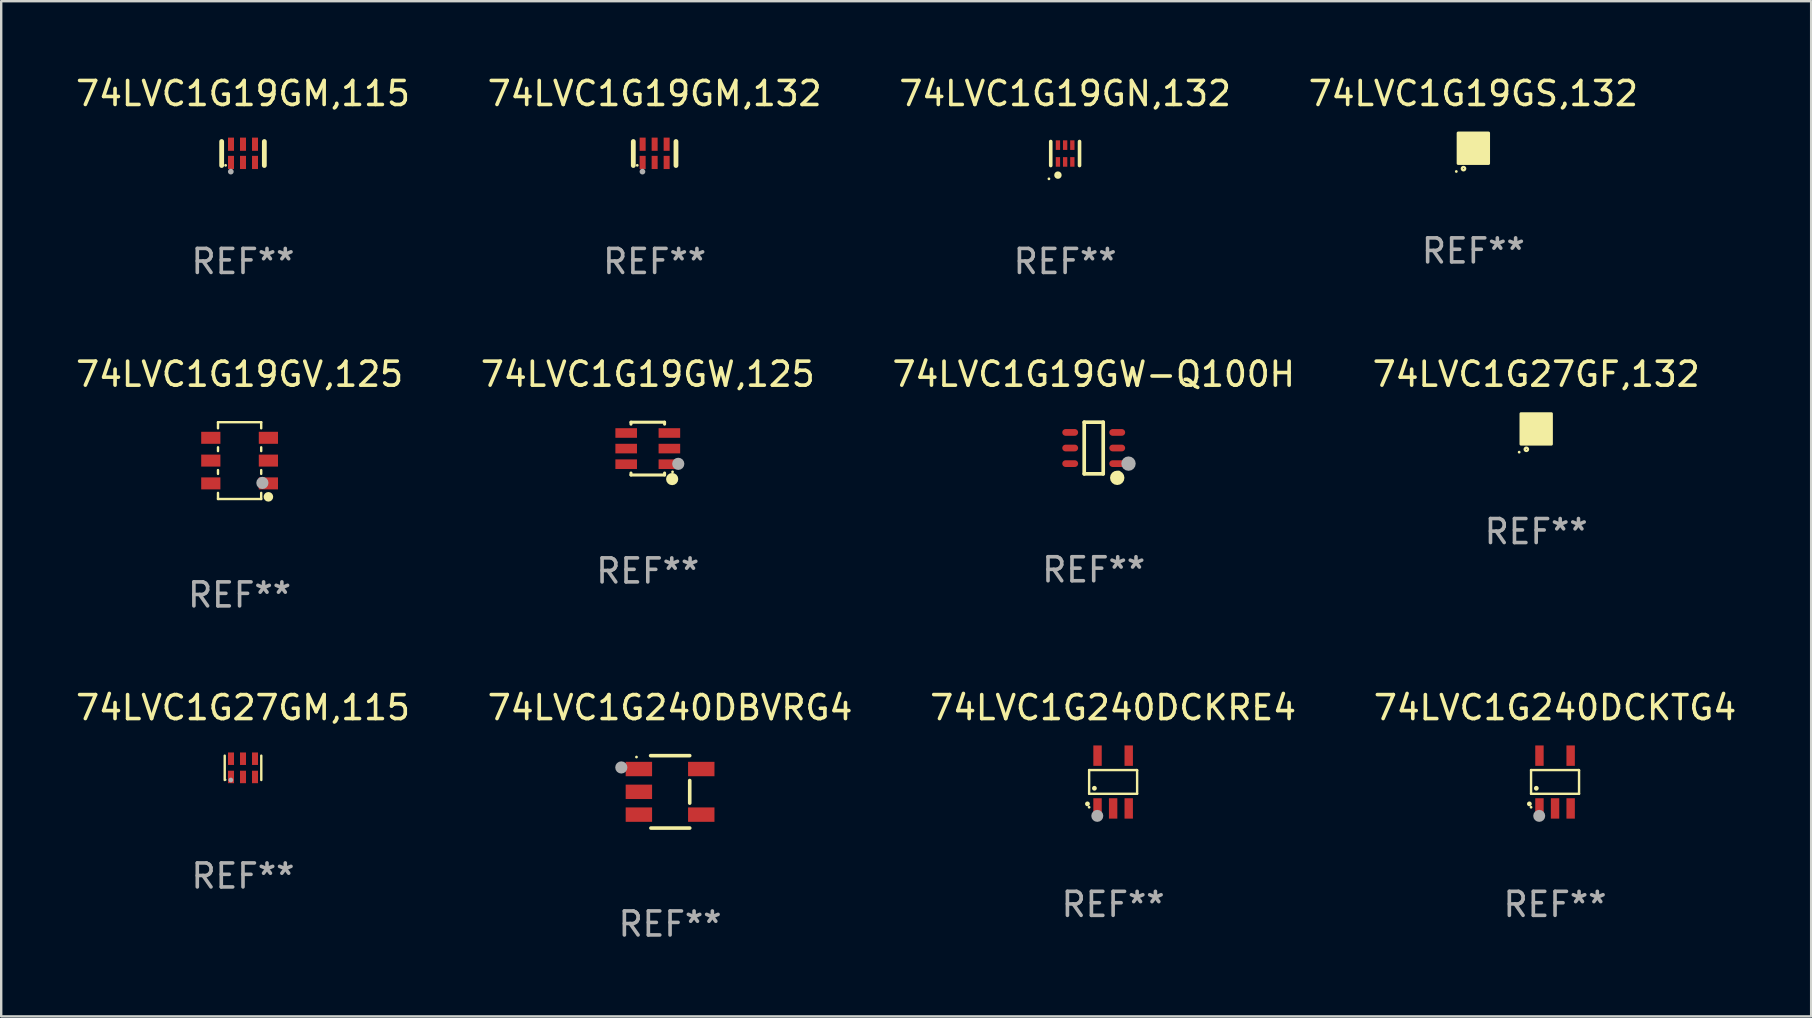
<source format=kicad_pcb>
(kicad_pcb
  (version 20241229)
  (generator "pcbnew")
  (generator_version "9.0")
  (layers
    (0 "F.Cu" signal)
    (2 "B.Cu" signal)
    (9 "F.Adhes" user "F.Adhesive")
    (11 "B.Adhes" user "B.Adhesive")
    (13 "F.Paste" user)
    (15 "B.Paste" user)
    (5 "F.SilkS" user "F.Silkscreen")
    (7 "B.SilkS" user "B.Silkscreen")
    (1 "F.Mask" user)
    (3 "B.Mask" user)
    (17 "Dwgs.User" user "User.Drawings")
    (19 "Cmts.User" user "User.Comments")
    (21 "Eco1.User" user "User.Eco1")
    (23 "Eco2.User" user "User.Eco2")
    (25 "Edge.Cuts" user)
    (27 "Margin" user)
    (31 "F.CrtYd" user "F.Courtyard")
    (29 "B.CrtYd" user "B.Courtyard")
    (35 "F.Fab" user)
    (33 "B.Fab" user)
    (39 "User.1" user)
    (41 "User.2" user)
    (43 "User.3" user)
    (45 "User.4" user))
  (footprint "74LVC1G240DCKRE4"
    (layer "F.Cu")
    (at 43.339 29.541)
    (property "Reference" "74LVC1G240DCKRE4" (at 0 -3.1 0) (layer "F.SilkS") (effects (font (size 1 1) (thickness 0.15))))
    (attr through_hole)
    (fp_line (start -1 -0.5) (end -1 0.49) (stroke (width 0.1) (type solid)) (layer "F.SilkS"))
    (fp_line (start -1 0.49) (end 1 0.49) (stroke (width 0.1) (type solid)) (layer "F.SilkS"))
    (fp_line (start 0.99 -0.5) (end -1 -0.5) (stroke (width 0.1) (type solid)) (layer "F.SilkS"))
    (fp_line (start 1 -0.49) (end 0.99 -0.5) (stroke (width 0.1) (type solid)) (layer "F.SilkS"))
    (fp_line (start 1 0.49) (end 1 -0.49) (stroke (width 0.1) (type solid)) (layer "F.SilkS"))
    (fp_circle (center -1.07 0.91) (end -1.02 0.91) (stroke (width 0.1) (type solid)) (fill no) (layer "F.SilkS"))
    (fp_circle (center -1 1.05) (end -0.97 1.05) (stroke (width 0.06) (type solid)) (fill no) (layer "F.SilkS"))
    (fp_circle (center -0.78 0.26) (end -0.73 0.26) (stroke (width 0.1) (type solid)) (fill no) (layer "F.SilkS"))
    (fp_circle (center -0.66 1.41) (end -0.535 1.41) (stroke (width 0.25) (type solid)) (fill no) (layer "F.Fab"))
    (fp_text user "REF**" (at 0 5.1 0) (layer "F.Fab") (effects (font (size 1 1) (thickness 0.15))))
    (pad "1" smd rect (at -0.65 1.1) (size 0.35 0.85) (layers "F.Cu" "F.Mask" "F.Paste"))
    (pad "2" smd rect (at 0.000051 1.1) (size 0.35 0.85) (layers "F.Cu" "F.Mask" "F.Paste"))
    (pad "3" smd rect (at 0.65 1.1) (size 0.35 0.85) (layers "F.Cu" "F.Mask" "F.Paste"))
    (pad "4" smd rect (at 0.65 -1.1) (size 0.35 0.85) (layers "F.Cu" "F.Mask" "F.Paste"))
    (pad "5" smd rect (at -0.65 -1.1) (size 0.35 0.85) (layers "F.Cu" "F.Mask" "F.Paste")))
  (footprint "74LVC1G27GF,132"
    (layer "F.Cu")
    (at 60.97 14.825)
    (property "Reference" "74LVC1G27GF,132" (at 0 -2.28 0) (layer "F.SilkS") (effects (font (size 1 1) (thickness 0.15))))
    (attr through_hole)
    (fp_circle (center -0.71 0.968) (end -0.68 0.968) (stroke (width 0.06) (type solid)) (fill no) (layer "F.SilkS"))
    (fp_circle (center -0.41 0.85) (end -0.342 0.85) (stroke (width 0.1) (type solid)) (fill no) (layer "F.SilkS"))
    (fp_poly (pts (xy -0.635 -0.635) (xy 0.635 -0.635) (xy 0.635 0.635) (xy -0.635 0.635)) (stroke (width 0.12) (type solid)) (fill yes) (layer "F.SilkS"))
    (fp_text user "REF**" (at 0 4.28 0) (layer "F.Fab") (effects (font (size 1 1) (thickness 0.15))))
    (pad "1" smd rect (at -0.35 0.28 90) (size 0.35 0.2) (layers "F.Cu" "F.Mask" "F.Paste"))
    (pad "2" smd rect (at 0 0.28 90) (size 0.35 0.2) (layers "F.Cu" "F.Mask" "F.Paste"))
    (pad "3" smd rect (at 0.35 0.28 90) (size 0.35 0.2) (layers "F.Cu" "F.Mask" "F.Paste"))
    (pad "4" smd rect (at 0.35 -0.28 90) (size 0.35 0.2) (layers "F.Cu" "F.Mask" "F.Paste"))
    (pad "5" smd rect (at 0 -0.28 90) (size 0.35 0.2) (layers "F.Cu" "F.Mask" "F.Paste"))
    (pad "6" smd rect (at -0.35 -0.28 90) (size 0.35 0.2) (layers "F.Cu" "F.Mask" "F.Paste")))
  (footprint "74LVC1G19GN,132"
    (layer "F.Cu")
    (at 41.339 3.348)
    (property "Reference" "74LVC1G19GN,132" (at 0 -2.5 0) (layer "F.SilkS") (effects (font (size 1 1) (thickness 0.15))))
    (attr through_hole)
    (fp_line (start -0.6 -0.5) (end -0.6 0.5) (stroke (width 0.15) (type solid)) (layer "F.SilkS"))
    (fp_line (start 0.6 0.5) (end 0.6 -0.5) (stroke (width 0.15) (type solid)) (layer "F.SilkS"))
    (fp_circle (center -0.675 1.055) (end -0.645 1.055) (stroke (width 0.06) (type solid)) (fill no) (layer "F.SilkS"))
    (fp_circle (center -0.3 0.9) (end -0.22 0.9) (stroke (width 0.15) (type solid)) (fill no) (layer "F.SilkS"))
    (fp_text user "REF**" (at 0 4.5 0) (layer "F.Fab") (effects (font (size 1 1) (thickness 0.15))))
    (pad "1" smd rect (at -0.3 0.35) (size 0.18 0.4) (layers "F.Cu" "F.Mask" "F.Paste"))
    (pad "2" smd rect (at 0.000025 0.35) (size 0.18 0.4) (layers "F.Cu" "F.Mask" "F.Paste"))
    (pad "3" smd rect (at 0.3 0.35) (size 0.18 0.4) (layers "F.Cu" "F.Mask" "F.Paste"))
    (pad "4" smd rect (at 0.3 -0.35) (size 0.18 0.4) (layers "F.Cu" "F.Mask" "F.Paste"))
    (pad "5" smd rect (at 0.000025 -0.35) (size 0.18 0.4) (layers "F.Cu" "F.Mask" "F.Paste"))
    (pad "6" smd rect (at -0.3 -0.35) (size 0.18 0.4) (layers "F.Cu" "F.Mask" "F.Paste")))
  (footprint "74LVC1G240DBVRG4"
    (layer "F.Cu")
    (at 24.875 29.95)
    (property "Reference" "74LVC1G240DBVRG4" (at 0 -3.509 0) (layer "F.SilkS") (effects (font (size 1 1) (thickness 0.15))))
    (attr through_hole)
    (fp_line (start -0.811 -1.509) (end 0.819 -1.509) (stroke (width 0.15) (type solid)) (layer "F.SilkS"))
    (fp_line (start -0.8 1.509) (end 0.82 1.509) (stroke (width 0.15) (type solid)) (layer "F.SilkS"))
    (fp_line (start 0.819 -0.472) (end 0.819 0.47) (stroke (width 0.15) (type solid)) (layer "F.SilkS"))
    (fp_circle (center -1.4 -1.451) (end -1.37 -1.451) (stroke (width 0.06) (type solid)) (fill no) (layer "F.SilkS"))
    (fp_circle (center -2.032 -1.017) (end -1.905 -1.017) (stroke (width 0.254) (type solid)) (fill no) (layer "F.Fab"))
    (fp_text user "REF**" (at 0 5.509 0) (layer "F.Fab") (effects (font (size 1 1) (thickness 0.15))))
    (pad "1" smd rect (at -1.3 -0.951) (size 1.1 0.6) (layers "F.Cu" "F.Mask" "F.Paste"))
    (pad "2" smd rect (at -1.3 -0.001) (size 1.1 0.6) (layers "F.Cu" "F.Mask" "F.Paste"))
    (pad "3" smd rect (at -1.3 0.949) (size 1.1 0.6) (layers "F.Cu" "F.Mask" "F.Paste"))
    (pad "4" smd rect (at 1.3 0.949) (size 1.1 0.6) (layers "F.Cu" "F.Mask" "F.Paste"))
    (pad "5" smd rect (at 1.3 -0.951) (size 1.1 0.6) (layers "F.Cu" "F.Mask" "F.Paste")))
  (footprint "74LVC1G19GS,132"
    (layer "F.Cu")
    (at 58.351 3.128)
    (property "Reference" "74LVC1G19GS,132" (at 0 -2.28 0) (layer "F.SilkS") (effects (font (size 1 1) (thickness 0.15))))
    (attr through_hole)
    (fp_circle (center -0.71 0.968) (end -0.68 0.968) (stroke (width 0.06) (type solid)) (fill no) (layer "F.SilkS"))
    (fp_circle (center -0.41 0.85) (end -0.342 0.85) (stroke (width 0.1) (type solid)) (fill no) (layer "F.SilkS"))
    (fp_poly (pts (xy -0.635 -0.635) (xy 0.635 -0.635) (xy 0.635 0.635) (xy -0.635 0.635)) (stroke (width 0.12) (type solid)) (fill yes) (layer "F.SilkS"))
    (fp_text user "REF**" (at 0 4.28 0) (layer "F.Fab") (effects (font (size 1 1) (thickness 0.15))))
    (pad "1" smd rect (at -0.35 0.28 90) (size 0.35 0.2) (layers "F.Cu" "F.Mask" "F.Paste"))
    (pad "2" smd rect (at 0 0.28 90) (size 0.35 0.2) (layers "F.Cu" "F.Mask" "F.Paste"))
    (pad "3" smd rect (at 0.35 0.28 90) (size 0.35 0.2) (layers "F.Cu" "F.Mask" "F.Paste"))
    (pad "4" smd rect (at 0.35 -0.28 90) (size 0.35 0.2) (layers "F.Cu" "F.Mask" "F.Paste"))
    (pad "5" smd rect (at 0 -0.28 90) (size 0.35 0.2) (layers "F.Cu" "F.Mask" "F.Paste"))
    (pad "6" smd rect (at -0.35 -0.28 90) (size 0.35 0.2) (layers "F.Cu" "F.Mask" "F.Paste")))
  (footprint "74LVC1G19GW,125"
    (layer "F.Cu")
    (at 23.946 15.645)
    (property "Reference" "74LVC1G19GW,125" (at 0 -3.1 0) (layer "F.SilkS") (effects (font (size 1 1) (thickness 0.15))))
    (attr through_hole)
    (fp_line (start -0.7 -1.018) (end -0.7 -1.1) (stroke (width 0.127) (type solid)) (layer "F.SilkS"))
    (fp_line (start -0.7 1.1) (end -0.7 1.018) (stroke (width 0.127) (type solid)) (layer "F.SilkS"))
    (fp_line (start 0.7 -1.1) (end -0.7 -1.1) (stroke (width 0.127) (type solid)) (layer "F.SilkS"))
    (fp_line (start 0.7 -1.018) (end 0.7 -1.1) (stroke (width 0.127) (type solid)) (layer "F.SilkS"))
    (fp_line (start 0.7 1.1) (end -0.7 1.1) (stroke (width 0.127) (type solid)) (layer "F.SilkS"))
    (fp_line (start 0.7 1.1) (end 0.7 1.018) (stroke (width 0.127) (type solid)) (layer "F.SilkS"))
    (fp_circle (center 1.016 1.27) (end 1.143 1.27) (stroke (width 0.254) (type solid)) (fill no) (layer "F.SilkS"))
    (fp_circle (center 1.032 0.97) (end 1.062 0.97) (stroke (width 0.06) (type solid)) (fill no) (layer "F.SilkS"))
    (fp_circle (center 1.27 0.635) (end 1.397 0.635) (stroke (width 0.254) (type solid)) (fill no) (layer "F.Fab"))
    (fp_text user "REF**" (at 0 5.1 0) (layer "F.Fab") (effects (font (size 1 1) (thickness 0.15))))
    (pad "1" smd rect (at 0.9 0.65 90) (size 0.4 0.9) (layers "F.Cu" "F.Mask" "F.Paste"))
    (pad "2" smd rect (at 0.9 -0.000102 90) (size 0.4 0.9) (layers "F.Cu" "F.Mask" "F.Paste"))
    (pad "3" smd rect (at 0.9 -0.65 90) (size 0.4 0.9) (layers "F.Cu" "F.Mask" "F.Paste"))
    (pad "4" smd rect (at -0.9 -0.65 90) (size 0.4 0.9) (layers "F.Cu" "F.Mask" "F.Paste"))
    (pad "5" smd rect (at -0.9 -0.000102 90) (size 0.4 0.9) (layers "F.Cu" "F.Mask" "F.Paste"))
    (pad "6" smd rect (at -0.9 0.65 90) (size 0.4 0.9) (layers "F.Cu" "F.Mask" "F.Paste")))
  (footprint "74LVC1G19GM,132"
    (layer "F.Cu")
    (at 24.232 3.348)
    (property "Reference" "74LVC1G19GM,132" (at 0 -2.5 0) (layer "F.SilkS") (effects (font (size 1 1) (thickness 0.15))))
    (attr through_hole)
    (fp_line (start -0.889 0.5) (end -0.889 -0.5) (stroke (width 0.2) (type solid)) (layer "F.SilkS"))
    (fp_line (start 0.889 0.5) (end 0.889 -0.5) (stroke (width 0.2) (type solid)) (layer "F.SilkS"))
    (fp_circle (center -0.725 0.492) (end -0.695 0.492) (stroke (width 0.06) (type solid)) (fill no) (layer "F.SilkS"))
    (fp_circle (center -0.508 0.754) (end -0.448 0.754) (stroke (width 0.12) (type solid)) (fill no) (layer "F.Fab"))
    (fp_text user "REF**" (at 0 4.5 0) (layer "F.Fab") (effects (font (size 1 1) (thickness 0.15))))
    (pad "1" smd rect (at -0.5 0.372) (size 0.25 0.55) (layers "F.Cu" "F.Mask" "F.Paste"))
    (pad "2" smd rect (at -0.000127 0.372) (size 0.25 0.55) (layers "F.Cu" "F.Mask" "F.Paste"))
    (pad "3" smd rect (at 0.5 0.372) (size 0.25 0.55) (layers "F.Cu" "F.Mask" "F.Paste"))
    (pad "4" smd rect (at 0.5 -0.388 180) (size 0.25 0.55) (layers "F.Cu" "F.Mask" "F.Paste"))
    (pad "5" smd rect (at -0.000127 -0.388 180) (size 0.25 0.55) (layers "F.Cu" "F.Mask" "F.Paste"))
    (pad "6" smd rect (at -0.5 -0.388 180) (size 0.25 0.55) (layers "F.Cu" "F.Mask" "F.Paste")))
  (footprint "74LVC1G19GM,115"
    (layer "F.Cu")
    (at 7.077 3.348)
    (property "Reference" "74LVC1G19GM,115" (at 0 -2.5 0) (layer "F.SilkS") (effects (font (size 1 1) (thickness 0.15))))
    (attr through_hole)
    (fp_line (start -0.889 0.5) (end -0.889 -0.5) (stroke (width 0.2) (type solid)) (layer "F.SilkS"))
    (fp_line (start 0.889 0.5) (end 0.889 -0.5) (stroke (width 0.2) (type solid)) (layer "F.SilkS"))
    (fp_circle (center -0.725 0.492) (end -0.695 0.492) (stroke (width 0.06) (type solid)) (fill no) (layer "F.SilkS"))
    (fp_circle (center -0.508 0.754) (end -0.448 0.754) (stroke (width 0.12) (type solid)) (fill no) (layer "F.Fab"))
    (fp_text user "REF**" (at 0 4.5 0) (layer "F.Fab") (effects (font (size 1 1) (thickness 0.15))))
    (pad "1" smd rect (at -0.5 0.372) (size 0.25 0.55) (layers "F.Cu" "F.Mask" "F.Paste"))
    (pad "2" smd rect (at -0.000127 0.372) (size 0.25 0.55) (layers "F.Cu" "F.Mask" "F.Paste"))
    (pad "3" smd rect (at 0.5 0.372) (size 0.25 0.55) (layers "F.Cu" "F.Mask" "F.Paste"))
    (pad "4" smd rect (at 0.5 -0.388 180) (size 0.25 0.55) (layers "F.Cu" "F.Mask" "F.Paste"))
    (pad "5" smd rect (at -0.000127 -0.388 180) (size 0.25 0.55) (layers "F.Cu" "F.Mask" "F.Paste"))
    (pad "6" smd rect (at -0.5 -0.388 180) (size 0.25 0.55) (layers "F.Cu" "F.Mask" "F.Paste")))
  (footprint "74LVC1G19GW-Q100H"
    (layer "F.Cu")
    (at 42.53 15.621)
    (property "Reference" "74LVC1G19GW-Q100H" (at 0 -3.076 0) (layer "F.SilkS") (effects (font (size 1 1) (thickness 0.15))))
    (attr through_hole)
    (fp_line (start -0.396 -1.076) (end 0.396 -1.076) (stroke (width 0.152) (type solid)) (layer "F.SilkS"))
    (fp_line (start -0.396 1.076) (end -0.396 -1.076) (stroke (width 0.152) (type solid)) (layer "F.SilkS"))
    (fp_line (start 0.396 -1.076) (end 0.396 1.076) (stroke (width 0.152) (type solid)) (layer "F.SilkS"))
    (fp_line (start 0.396 1.076) (end -0.396 1.076) (stroke (width 0.152) (type solid)) (layer "F.SilkS"))
    (fp_circle (center 0.98 1.242) (end 1.13 1.242) (stroke (width 0.3) (type solid)) (fill no) (layer "F.SilkS"))
    (fp_circle (center 1.05 1) (end 1.08 1) (stroke (width 0.06) (type solid)) (fill no) (layer "F.SilkS"))
    (fp_circle (center 1.45 0.65) (end 1.6 0.65) (stroke (width 0.3) (type solid)) (fill no) (layer "F.Fab"))
    (fp_text user "REF**" (at 0 5.076 0) (layer "F.Fab") (effects (font (size 1 1) (thickness 0.15))))
    (pad "1" smd oval (at 0.98 0.65 90) (size 0.28 0.66) (layers "F.Cu" "F.Mask" "F.Paste"))
    (pad "2" smd oval (at 0.98 0 90) (size 0.28 0.66) (layers "F.Cu" "F.Mask" "F.Paste"))
    (pad "3" smd oval (at 0.98 -0.65 90) (size 0.28 0.66) (layers "F.Cu" "F.Mask" "F.Paste"))
    (pad "4" smd oval (at -0.98 -0.65 90) (size 0.28 0.66) (layers "F.Cu" "F.Mask" "F.Paste"))
    (pad "5" smd oval (at -0.98 0 90) (size 0.28 0.66) (layers "F.Cu" "F.Mask" "F.Paste"))
    (pad "6" smd oval (at -0.98 0.65 90) (size 0.28 0.66) (layers "F.Cu" "F.Mask" "F.Paste")))
  (footprint "74LVC1G240DCKTG4"
    (layer "F.Cu")
    (at 61.756 29.541)
    (property "Reference" "74LVC1G240DCKTG4" (at 0 -3.1 0) (layer "F.SilkS") (effects (font (size 1 1) (thickness 0.15))))
    (attr through_hole)
    (fp_line (start -1 -0.5) (end -1 0.49) (stroke (width 0.1) (type solid)) (layer "F.SilkS"))
    (fp_line (start -1 0.49) (end 1 0.49) (stroke (width 0.1) (type solid)) (layer "F.SilkS"))
    (fp_line (start 0.99 -0.5) (end -1 -0.5) (stroke (width 0.1) (type solid)) (layer "F.SilkS"))
    (fp_line (start 1 -0.49) (end 0.99 -0.5) (stroke (width 0.1) (type solid)) (layer "F.SilkS"))
    (fp_line (start 1 0.49) (end 1 -0.49) (stroke (width 0.1) (type solid)) (layer "F.SilkS"))
    (fp_circle (center -1.07 0.91) (end -1.02 0.91) (stroke (width 0.1) (type solid)) (fill no) (layer "F.SilkS"))
    (fp_circle (center -1 1.05) (end -0.97 1.05) (stroke (width 0.06) (type solid)) (fill no) (layer "F.SilkS"))
    (fp_circle (center -0.78 0.26) (end -0.73 0.26) (stroke (width 0.1) (type solid)) (fill no) (layer "F.SilkS"))
    (fp_circle (center -0.66 1.41) (end -0.535 1.41) (stroke (width 0.25) (type solid)) (fill no) (layer "F.Fab"))
    (fp_text user "REF**" (at 0 5.1 0) (layer "F.Fab") (effects (font (size 1 1) (thickness 0.15))))
    (pad "1" smd rect (at -0.65 1.1) (size 0.35 0.85) (layers "F.Cu" "F.Mask" "F.Paste"))
    (pad "2" smd rect (at 0.000051 1.1) (size 0.35 0.85) (layers "F.Cu" "F.Mask" "F.Paste"))
    (pad "3" smd rect (at 0.65 1.1) (size 0.35 0.85) (layers "F.Cu" "F.Mask" "F.Paste"))
    (pad "4" smd rect (at 0.65 -1.1) (size 0.35 0.85) (layers "F.Cu" "F.Mask" "F.Paste"))
    (pad "5" smd rect (at -0.65 -1.1) (size 0.35 0.85) (layers "F.Cu" "F.Mask" "F.Paste")))
  (footprint "74LVC1G27GM,115"
    (layer "F.Cu")
    (at 7.077 28.949)
    (property "Reference" "74LVC1G27GM,115" (at 0 -2.508 0) (layer "F.SilkS") (effects (font (size 1 1) (thickness 0.15))))
    (attr through_hole)
    (fp_line (start -0.762 -0.508) (end -0.762 0.508) (stroke (width 0.1) (type solid)) (layer "F.SilkS"))
    (fp_line (start 0.762 -0.508) (end 0.762 0.508) (stroke (width 0.1) (type solid)) (layer "F.SilkS"))
    (fp_circle (center -0.725 0.5) (end -0.705 0.5) (stroke (width 0.04) (type solid)) (fill no) (layer "F.SilkS"))
    (fp_circle (center -0.508 0.508) (end -0.458 0.508) (stroke (width 0.1) (type solid)) (fill no) (layer "F.Fab"))
    (fp_text user "REF**" (at 0 4.508 0) (layer "F.Fab") (effects (font (size 1 1) (thickness 0.15))))
    (pad "1" smd rect (at -0.5 0.38) (size 0.25 0.52) (layers "F.Cu" "F.Mask" "F.Paste"))
    (pad "2" smd rect (at -0.000127 0.38) (size 0.25 0.52) (layers "F.Cu" "F.Mask" "F.Paste"))
    (pad "3" smd rect (at 0.5 0.38) (size 0.25 0.52) (layers "F.Cu" "F.Mask" "F.Paste"))
    (pad "4" smd rect (at 0.5 -0.38 180) (size 0.25 0.52) (layers "F.Cu" "F.Mask" "F.Paste"))
    (pad "5" smd rect (at -0.000127 -0.38 180) (size 0.25 0.52) (layers "F.Cu" "F.Mask" "F.Paste"))
    (pad "6" smd rect (at -0.5 -0.38 180) (size 0.25 0.52) (layers "F.Cu" "F.Mask" "F.Paste")))
  (footprint "74LVC1G19GV,125"
    (layer "F.Cu")
    (at 6.935 16.145)
    (property "Reference" "74LVC1G19GV,125" (at 0 -3.6 0) (layer "F.SilkS") (effects (font (size 1 1) (thickness 0.15))))
    (attr through_hole)
    (fp_line (start -0.9 -1.6) (end 0.9 -1.6) (stroke (width 0.101) (type solid)) (layer "F.SilkS"))
    (fp_line (start -0.9 -1.346) (end -0.9 -1.6) (stroke (width 0.101) (type solid)) (layer "F.SilkS"))
    (fp_line (start -0.9 -0.396) (end -0.9 -0.554) (stroke (width 0.101) (type solid)) (layer "F.SilkS"))
    (fp_line (start -0.9 0.554) (end -0.9 0.396) (stroke (width 0.101) (type solid)) (layer "F.SilkS"))
    (fp_line (start -0.9 1.6) (end -0.9 1.346) (stroke (width 0.101) (type solid)) (layer "F.SilkS"))
    (fp_line (start -0.9 1.6) (end 0.9 1.6) (stroke (width 0.101) (type solid)) (layer "F.SilkS"))
    (fp_line (start 0.9 -1.346) (end 0.9 -1.6) (stroke (width 0.101) (type solid)) (layer "F.SilkS"))
    (fp_line (start 0.9 -0.396) (end 0.9 -0.554) (stroke (width 0.101) (type solid)) (layer "F.SilkS"))
    (fp_line (start 0.9 0.554) (end 0.9 0.396) (stroke (width 0.101) (type solid)) (layer "F.SilkS"))
    (fp_line (start 0.9 1.6) (end 0.9 1.346) (stroke (width 0.101) (type solid)) (layer "F.SilkS"))
    (fp_circle (center 1.2 1.51) (end 1.3 1.51) (stroke (width 0.2) (type solid)) (fill no) (layer "F.SilkS"))
    (fp_circle (center 1.25 1.45) (end 1.28 1.45) (stroke (width 0.06) (type solid)) (fill no) (layer "F.SilkS"))
    (fp_circle (center 0.95 0.93) (end 1.077 0.93) (stroke (width 0.254) (type solid)) (fill no) (layer "F.Fab"))
    (fp_text user "REF**" (at 0 5.6 0) (layer "F.Fab") (effects (font (size 1 1) (thickness 0.15))))
    (pad "1" smd rect (at 1.2 0.95 90) (size 0.5 0.8) (layers "F.Cu" "F.Mask" "F.Paste"))
    (pad "2" smd rect (at 1.2 0 90) (size 0.5 0.8) (layers "F.Cu" "F.Mask" "F.Paste"))
    (pad "3" smd rect (at 1.2 -0.95 90) (size 0.5 0.8) (layers "F.Cu" "F.Mask" "F.Paste"))
    (pad "4" smd rect (at -1.2 -0.95 90) (size 0.5 0.8) (layers "F.Cu" "F.Mask" "F.Paste"))
    (pad "5" smd rect (at -1.2 0 90) (size 0.5 0.8) (layers "F.Cu" "F.Mask" "F.Paste"))
    (pad "6" smd rect (at -1.2 0.95 90) (size 0.5 0.8) (layers "F.Cu" "F.Mask" "F.Paste")))
  (gr_rect
    (start -3 -3)
    (end 72.429 39.308)
    (stroke (width 0.1) (type default))
    (fill no)
    (layer "Edge.Cuts")))
</source>
